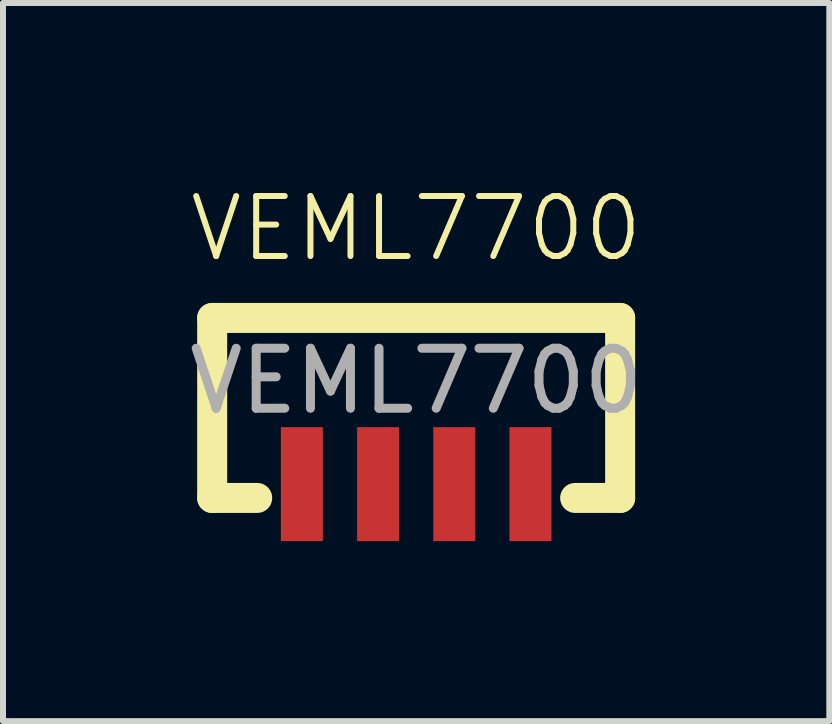
<source format=kicad_pcb>
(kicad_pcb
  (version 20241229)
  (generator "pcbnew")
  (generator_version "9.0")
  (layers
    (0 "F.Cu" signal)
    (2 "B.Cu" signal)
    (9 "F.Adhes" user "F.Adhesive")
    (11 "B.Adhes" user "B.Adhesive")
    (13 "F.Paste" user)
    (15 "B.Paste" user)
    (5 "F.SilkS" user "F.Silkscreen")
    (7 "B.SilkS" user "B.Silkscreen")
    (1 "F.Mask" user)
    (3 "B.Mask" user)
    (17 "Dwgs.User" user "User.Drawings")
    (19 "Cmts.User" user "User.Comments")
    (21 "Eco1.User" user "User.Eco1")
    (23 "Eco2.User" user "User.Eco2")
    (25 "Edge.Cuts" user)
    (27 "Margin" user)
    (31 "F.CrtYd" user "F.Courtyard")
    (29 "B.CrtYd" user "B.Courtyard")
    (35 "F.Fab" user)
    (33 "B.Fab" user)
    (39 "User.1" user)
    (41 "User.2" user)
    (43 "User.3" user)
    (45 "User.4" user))
  (footprint "VEML7700"
    (layer "F.Cu")
    (at 3.887 3.3)
    (property "Reference" "VEML7700" (at 0 -2.54 0) (unlocked yes) (layer "F.SilkS") (effects (font (size 1 1) (thickness 0.1))))
    (attr smd)
    (fp_line (start -3.4 -1.05) (end 3.4 -1.05) (stroke (width 0.5) (type solid)) (layer "F.SilkS"))
    (fp_line (start -3.4 1.95) (end -3.4 -1.05) (stroke (width 0.5) (type solid)) (layer "F.SilkS"))
    (fp_line (start -2.65 1.95) (end -3.4 1.95) (stroke (width 0.5) (type solid)) (layer "F.SilkS"))
    (fp_line (start 3.4 -1.05) (end 3.4 1.95) (stroke (width 0.5) (type solid)) (layer "F.SilkS"))
    (fp_line (start 3.4 1.95) (end 2.65 1.95) (stroke (width 0.5) (type solid)) (layer "F.SilkS"))
    (fp_text user "${REFERENCE}" (at 0 0 0) (unlocked yes) (layer "F.Fab") (effects (font (size 1 1) (thickness 0.15))))
    (pad "1" smd rect (at -1.905 1.72 270) (size 1.9 0.7) (layers "F.Cu" "F.Mask" "F.Paste"))
    (pad "2" smd rect (at -0.635 1.72 270) (size 1.9 0.7) (layers "F.Cu" "F.Mask" "F.Paste"))
    (pad "3" smd rect (at 0.635 1.72 270) (size 1.9 0.7) (layers "F.Cu" "F.Mask" "F.Paste"))
    (pad "4" smd rect (at 1.905 1.72 270) (size 1.9 0.7) (layers "F.Cu" "F.Mask" "F.Paste")))
  (gr_rect
    (start -3 -3)
    (end 10.774 8.97)
    (stroke (width 0.1) (type default))
    (fill no)
    (layer "Edge.Cuts")))
</source>
